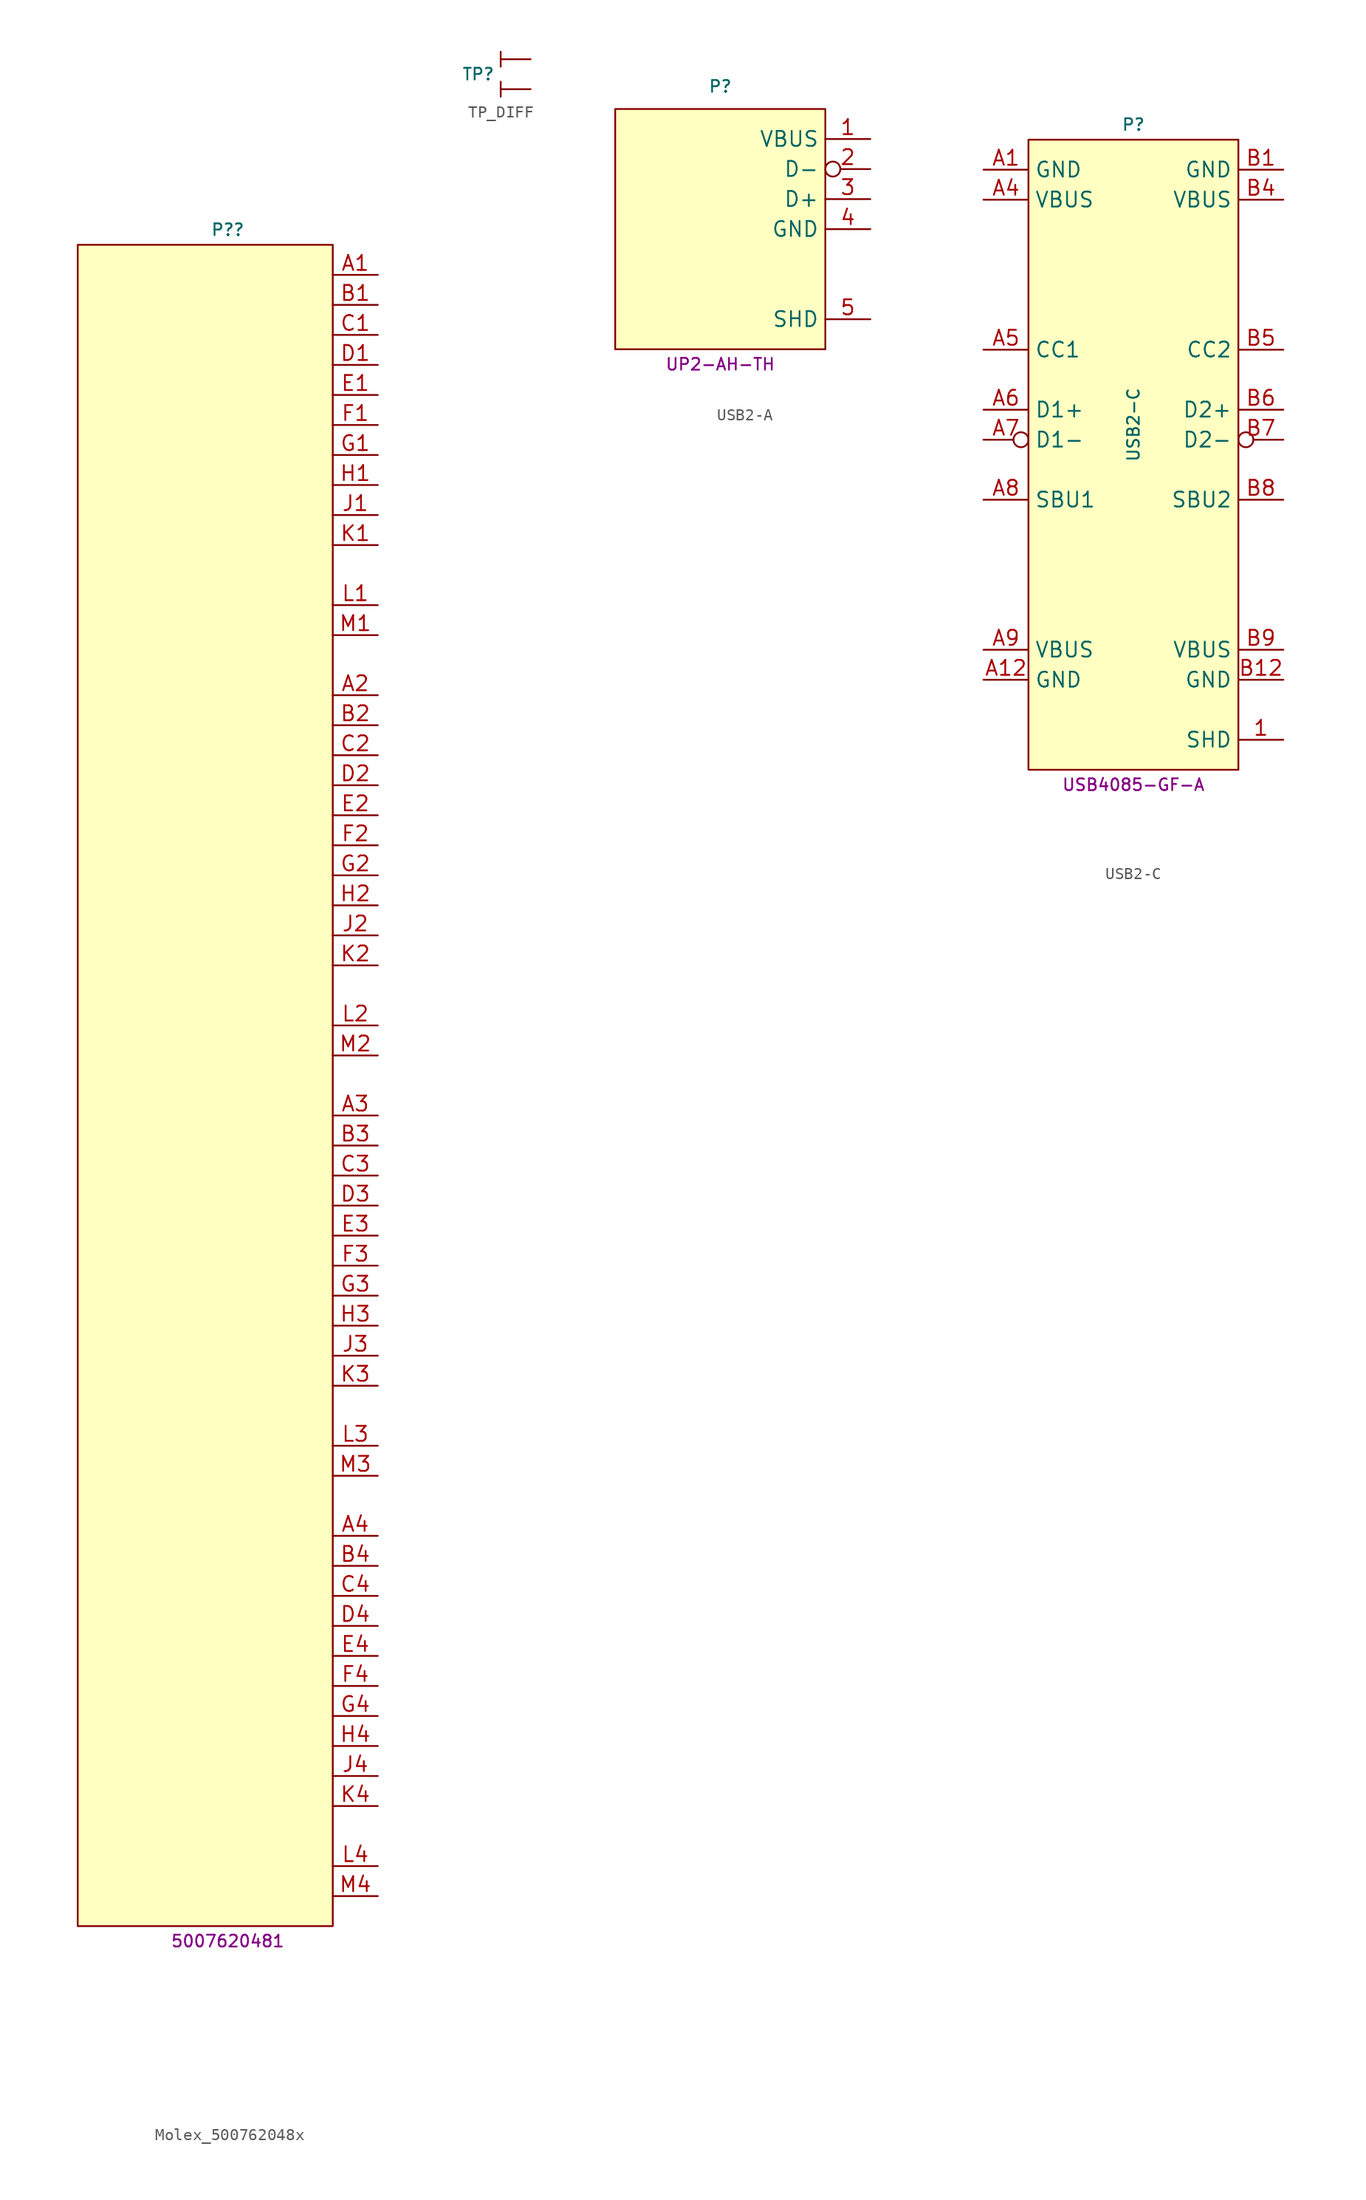
<source format=kicad_sym>
(kicad_symbol_lib
  (version 20231120)
  (generator "kicad_symbol_editor")
  (generator_version "8.0")
  (symbol "Molex_500762048x"
    (property "Reference" "P?"
      (at 0 72.39 0)
      (do_not_autoplace)
      (effects (font (size 1 1))))
    (property "MPN" "5007620481"
      (at 0 -72.39 0)
      (do_not_autoplace)
      (effects (font (size 1 1))))
    (symbol "Molex_500762048x_0_1"
      (rectangle (start -12.7 71.12) (end 8.89 -71.12) (stroke (width 0) (type default)) (fill (type background))))
    (symbol "Molex_500762048x_1_1"
      (pin passive line (at 12.7 68.58 180) (length 3.81) (name "~" (effects (font (size 1.27 1.27)))) (number "A1" (effects (font (size 1.27 1.27)))))
      (pin passive line (at 12.7 33.02 180) (length 3.81) (name "~" (effects (font (size 1.27 1.27)))) (number "A2" (effects (font (size 1.27 1.27)))))
      (pin passive line (at 12.7 -2.54 180) (length 3.81) (name "~" (effects (font (size 1.27 1.27)))) (number "A3" (effects (font (size 1.27 1.27)))))
      (pin passive line (at 12.7 -38.1 180) (length 3.81) (name "~" (effects (font (size 1.27 1.27)))) (number "A4" (effects (font (size 1.27 1.27)))))
      (pin passive line (at 12.7 66.04 180) (length 3.81) (name "~" (effects (font (size 1.27 1.27)))) (number "B1" (effects (font (size 1.27 1.27)))))
      (pin passive line (at 12.7 30.48 180) (length 3.81) (name "~" (effects (font (size 1.27 1.27)))) (number "B2" (effects (font (size 1.27 1.27)))))
      (pin passive line (at 12.7 -5.08 180) (length 3.81) (name "~" (effects (font (size 1.27 1.27)))) (number "B3" (effects (font (size 1.27 1.27)))))
      (pin passive line (at 12.7 -40.64 180) (length 3.81) (name "~" (effects (font (size 1.27 1.27)))) (number "B4" (effects (font (size 1.27 1.27)))))
      (pin passive line (at 12.7 63.5 180) (length 3.81) (name "~" (effects (font (size 1.27 1.27)))) (number "C1" (effects (font (size 1.27 1.27)))))
      (pin passive line (at 12.7 27.94 180) (length 3.81) (name "~" (effects (font (size 1.27 1.27)))) (number "C2" (effects (font (size 1.27 1.27)))))
      (pin passive line (at 12.7 -7.62 180) (length 3.81) (name "~" (effects (font (size 1.27 1.27)))) (number "C3" (effects (font (size 1.27 1.27)))))
      (pin passive line (at 12.7 -43.18 180) (length 3.81) (name "~" (effects (font (size 1.27 1.27)))) (number "C4" (effects (font (size 1.27 1.27)))))
      (pin passive line (at 12.7 60.96 180) (length 3.81) (name "~" (effects (font (size 1.27 1.27)))) (number "D1" (effects (font (size 1.27 1.27)))))
      (pin passive line (at 12.7 25.4 180) (length 3.81) (name "~" (effects (font (size 1.27 1.27)))) (number "D2" (effects (font (size 1.27 1.27)))))
      (pin passive line (at 12.7 -10.16 180) (length 3.81) (name "~" (effects (font (size 1.27 1.27)))) (number "D3" (effects (font (size 1.27 1.27)))))
      (pin passive line (at 12.7 -45.72 180) (length 3.81) (name "~" (effects (font (size 1.27 1.27)))) (number "D4" (effects (font (size 1.27 1.27)))))
      (pin passive line (at 12.7 58.42 180) (length 3.81) (name "~" (effects (font (size 1.27 1.27)))) (number "E1" (effects (font (size 1.27 1.27)))))
      (pin passive line (at 12.7 22.86 180) (length 3.81) (name "~" (effects (font (size 1.27 1.27)))) (number "E2" (effects (font (size 1.27 1.27)))))
      (pin passive line (at 12.7 -12.7 180) (length 3.81) (name "~" (effects (font (size 1.27 1.27)))) (number "E3" (effects (font (size 1.27 1.27)))))
      (pin passive line (at 12.7 -48.26 180) (length 3.81) (name "~" (effects (font (size 1.27 1.27)))) (number "E4" (effects (font (size 1.27 1.27)))))
      (pin passive line (at 12.7 55.88 180) (length 3.81) (name "~" (effects (font (size 1.27 1.27)))) (number "F1" (effects (font (size 1.27 1.27)))))
      (pin passive line (at 12.7 20.32 180) (length 3.81) (name "~" (effects (font (size 1.27 1.27)))) (number "F2" (effects (font (size 1.27 1.27)))))
      (pin passive line (at 12.7 -15.24 180) (length 3.81) (name "~" (effects (font (size 1.27 1.27)))) (number "F3" (effects (font (size 1.27 1.27)))))
      (pin passive line (at 12.7 -50.8 180) (length 3.81) (name "~" (effects (font (size 1.27 1.27)))) (number "F4" (effects (font (size 1.27 1.27)))))
      (pin passive line (at 12.7 53.34 180) (length 3.81) (name "~" (effects (font (size 1.27 1.27)))) (number "G1" (effects (font (size 1.27 1.27)))))
      (pin passive line (at 12.7 17.78 180) (length 3.81) (name "~" (effects (font (size 1.27 1.27)))) (number "G2" (effects (font (size 1.27 1.27)))))
      (pin passive line (at 12.7 -17.78 180) (length 3.81) (name "~" (effects (font (size 1.27 1.27)))) (number "G3" (effects (font (size 1.27 1.27)))))
      (pin passive line (at 12.7 -53.34 180) (length 3.81) (name "~" (effects (font (size 1.27 1.27)))) (number "G4" (effects (font (size 1.27 1.27)))))
      (pin passive line (at 12.7 50.8 180) (length 3.81) (name "~" (effects (font (size 1.27 1.27)))) (number "H1" (effects (font (size 1.27 1.27)))))
      (pin passive line (at 12.7 15.24 180) (length 3.81) (name "~" (effects (font (size 1.27 1.27)))) (number "H2" (effects (font (size 1.27 1.27)))))
      (pin passive line (at 12.7 -20.32 180) (length 3.81) (name "~" (effects (font (size 1.27 1.27)))) (number "H3" (effects (font (size 1.27 1.27)))))
      (pin passive line (at 12.7 -55.88 180) (length 3.81) (name "~" (effects (font (size 1.27 1.27)))) (number "H4" (effects (font (size 1.27 1.27)))))
      (pin passive line (at 12.7 48.26 180) (length 3.81) (name "~" (effects (font (size 1.27 1.27)))) (number "J1" (effects (font (size 1.27 1.27)))))
      (pin passive line (at 12.7 12.7 180) (length 3.81) (name "~" (effects (font (size 1.27 1.27)))) (number "J2" (effects (font (size 1.27 1.27)))))
      (pin passive line (at 12.7 -22.86 180) (length 3.81) (name "~" (effects (font (size 1.27 1.27)))) (number "J3" (effects (font (size 1.27 1.27)))))
      (pin passive line (at 12.7 -58.42 180) (length 3.81) (name "~" (effects (font (size 1.27 1.27)))) (number "J4" (effects (font (size 1.27 1.27)))))
      (pin passive line (at 12.7 45.72 180) (length 3.81) (name "~" (effects (font (size 1.27 1.27)))) (number "K1" (effects (font (size 1.27 1.27)))))
      (pin passive line (at 12.7 10.16 180) (length 3.81) (name "~" (effects (font (size 1.27 1.27)))) (number "K2" (effects (font (size 1.27 1.27)))))
      (pin passive line (at 12.7 -25.4 180) (length 3.81) (name "~" (effects (font (size 1.27 1.27)))) (number "K3" (effects (font (size 1.27 1.27)))))
      (pin passive line (at 12.7 -60.96 180) (length 3.81) (name "~" (effects (font (size 1.27 1.27)))) (number "K4" (effects (font (size 1.27 1.27)))))
      (pin passive line (at 12.7 40.64 180) (length 3.81) (name "~" (effects (font (size 1.27 1.27)))) (number "L1" (effects (font (size 1.27 1.27)))))
      (pin passive line (at 12.7 5.08 180) (length 3.81) (name "~" (effects (font (size 1.27 1.27)))) (number "L2" (effects (font (size 1.27 1.27)))))
      (pin passive line (at 12.7 -30.48 180) (length 3.81) (name "~" (effects (font (size 1.27 1.27)))) (number "L3" (effects (font (size 1.27 1.27)))))
      (pin passive line (at 12.7 -66.04 180) (length 3.81) (name "~" (effects (font (size 1.27 1.27)))) (number "L4" (effects (font (size 1.27 1.27)))))
      (pin passive line (at 12.7 38.1 180) (length 3.81) (name "~" (effects (font (size 1.27 1.27)))) (number "M1" (effects (font (size 1.27 1.27)))))
      (pin passive line (at 12.7 2.54 180) (length 3.81) (name "~" (effects (font (size 1.27 1.27)))) (number "M2" (effects (font (size 1.27 1.27)))))
      (pin passive line (at 12.7 -33.02 180) (length 3.81) (name "~" (effects (font (size 1.27 1.27)))) (number "M3" (effects (font (size 1.27 1.27)))))
      (pin passive line (at 12.7 -68.58 180) (length 3.81) (name "~" (effects (font (size 1.27 1.27)))) (number "M4" (effects (font (size 1.27 1.27)))))))
  (symbol "TP_DIFF"
    (pin_numbers hide)
    (pin_names hide)
    (property "Reference" "TP"
      (at -3.175 0 0)
      (effects (font (size 1 1))))
    (symbol "TP_DIFF_0_1"
      (polyline (pts (xy -1.27 -0.635) (xy -1.27 -1.905)) (stroke (width 0) (type default)) (fill (type none)))
      (polyline (pts (xy -1.27 1.905) (xy -1.27 0.635)) (stroke (width 0) (type default)) (fill (type none))))
    (symbol "TP_DIFF_1_1"
      (pin passive line (at 1.27 1.27 180) (length 2.54) (name "~" (effects (font (size 1.27 1.27)))) (number "1" (effects (font (size 1.27 1.27)))))
      (pin passive line (at 1.27 -1.27 180) (length 2.54) (name "~" (effects (font (size 1.27 1.27)))) (number "2" (effects (font (size 1.27 1.27)))))))
  (symbol "USB2-A"
    (property "Reference" "P"
      (at 0 12.065 0)
      (do_not_autoplace)
      (effects (font (size 1 1))))
    (property "MPN" "UP2-AH-TH"
      (at 0 -11.43 0)
      (do_not_autoplace)
      (effects (font (size 1 1))))
    (symbol "USB2-A_0_1"
      (rectangle (start -8.89 10.16) (end 8.89 -10.16) (stroke (width 0) (type default)) (fill (type background))))
    (symbol "USB2-A_1_1"
      (pin power_in line (at 12.7 7.62 180) (length 3.81) (name "VBUS" (effects (font (size 1.27 1.27)))) (number "1" (effects (font (size 1.27 1.27)))))
      (pin bidirectional inverted (at 12.7 5.08 180) (length 3.81) (name "D-" (effects (font (size 1.27 1.27)))) (number "2" (effects (font (size 1.27 1.27)))))
      (pin bidirectional line (at 12.7 2.54 180) (length 3.81) (name "D+" (effects (font (size 1.27 1.27)))) (number "3" (effects (font (size 1.27 1.27)))))
      (pin power_in line (at 12.7 0 180) (length 3.81) (name "GND" (effects (font (size 1.27 1.27)))) (number "4" (effects (font (size 1.27 1.27)))))
      (pin passive line (at 12.7 -7.62 180) (length 3.81) (name "SHD" (effects (font (size 1.27 1.27)))) (number "5" (effects (font (size 1.27 1.27)))))))
  (symbol "USB2-C"
    (property "Reference" "P"
      (at 0 25.4 0)
      (do_not_autoplace)
      (effects (font (size 1 1))))
    (property "Value" "USB2-C"
      (at 0 0 90)
      (do_not_autoplace)
      (effects (font (size 1 1))))
    (property "MPN" "USB4085-GF-A"
      (at 0 -30.48 0)
      (do_not_autoplace)
      (effects (font (size 1 1))))
    (symbol "USB2-C_0_1"
      (rectangle (start -8.89 24.13) (end 8.89 -29.21) (stroke (width 0) (type default)) (fill (type background))))
    (symbol "USB2-C_1_1"
      (pin passive line (at 12.7 -26.67 180) (length 3.81) (name "SHD" (effects (font (size 1.27 1.27)))) (number "1" (effects (font (size 1.27 1.27)))))
      (pin power_out line (at -12.7 21.59 0) (length 3.81) (name "GND" (effects (font (size 1.27 1.27)))) (number "A1" (effects (font (size 1.27 1.27)))))
      (pin power_out line (at -12.7 -21.59 0) (length 3.81) (name "GND" (effects (font (size 1.27 1.27)))) (number "A12" (effects (font (size 1.27 1.27)))))
      (pin power_out line (at -12.7 19.05 0) (length 3.81) (name "VBUS" (effects (font (size 1.27 1.27)))) (number "A4" (effects (font (size 1.27 1.27)))))
      (pin bidirectional line (at -12.7 6.35 0) (length 3.81) (name "CC1" (effects (font (size 1.27 1.27)))) (number "A5" (effects (font (size 1.27 1.27)))))
      (pin bidirectional line (at -12.7 1.27 0) (length 3.81) (name "D1+" (effects (font (size 1.27 1.27)))) (number "A6" (effects (font (size 1.27 1.27)))))
      (pin bidirectional inverted (at -12.7 -1.27 0) (length 3.81) (name "D1-" (effects (font (size 1.27 1.27)))) (number "A7" (effects (font (size 1.27 1.27)))))
      (pin bidirectional line (at -12.7 -6.35 0) (length 3.81) (name "SBU1" (effects (font (size 1.27 1.27)))) (number "A8" (effects (font (size 1.27 1.27)))))
      (pin power_out line (at -12.7 -19.05 0) (length 3.81) (name "VBUS" (effects (font (size 1.27 1.27)))) (number "A9" (effects (font (size 1.27 1.27)))))
      (pin power_out line (at 12.7 21.59 180) (length 3.81) (name "GND" (effects (font (size 1.27 1.27)))) (number "B1" (effects (font (size 1.27 1.27)))))
      (pin power_out line (at 12.7 -21.59 180) (length 3.81) (name "GND" (effects (font (size 1.27 1.27)))) (number "B12" (effects (font (size 1.27 1.27)))))
      (pin power_out line (at 12.7 19.05 180) (length 3.81) (name "VBUS" (effects (font (size 1.27 1.27)))) (number "B4" (effects (font (size 1.27 1.27)))))
      (pin bidirectional line (at 12.7 6.35 180) (length 3.81) (name "CC2" (effects (font (size 1.27 1.27)))) (number "B5" (effects (font (size 1.27 1.27)))))
      (pin bidirectional line (at 12.7 1.27 180) (length 3.81) (name "D2+" (effects (font (size 1.27 1.27)))) (number "B6" (effects (font (size 1.27 1.27)))))
      (pin bidirectional inverted (at 12.7 -1.27 180) (length 3.81) (name "D2-" (effects (font (size 1.27 1.27)))) (number "B7" (effects (font (size 1.27 1.27)))))
      (pin bidirectional line (at 12.7 -6.35 180) (length 3.81) (name "SBU2" (effects (font (size 1.27 1.27)))) (number "B8" (effects (font (size 1.27 1.27)))))
      (pin power_out line (at 12.7 -19.05 180) (length 3.81) (name "VBUS" (effects (font (size 1.27 1.27)))) (number "B9" (effects (font (size 1.27 1.27))))))))
</source>
